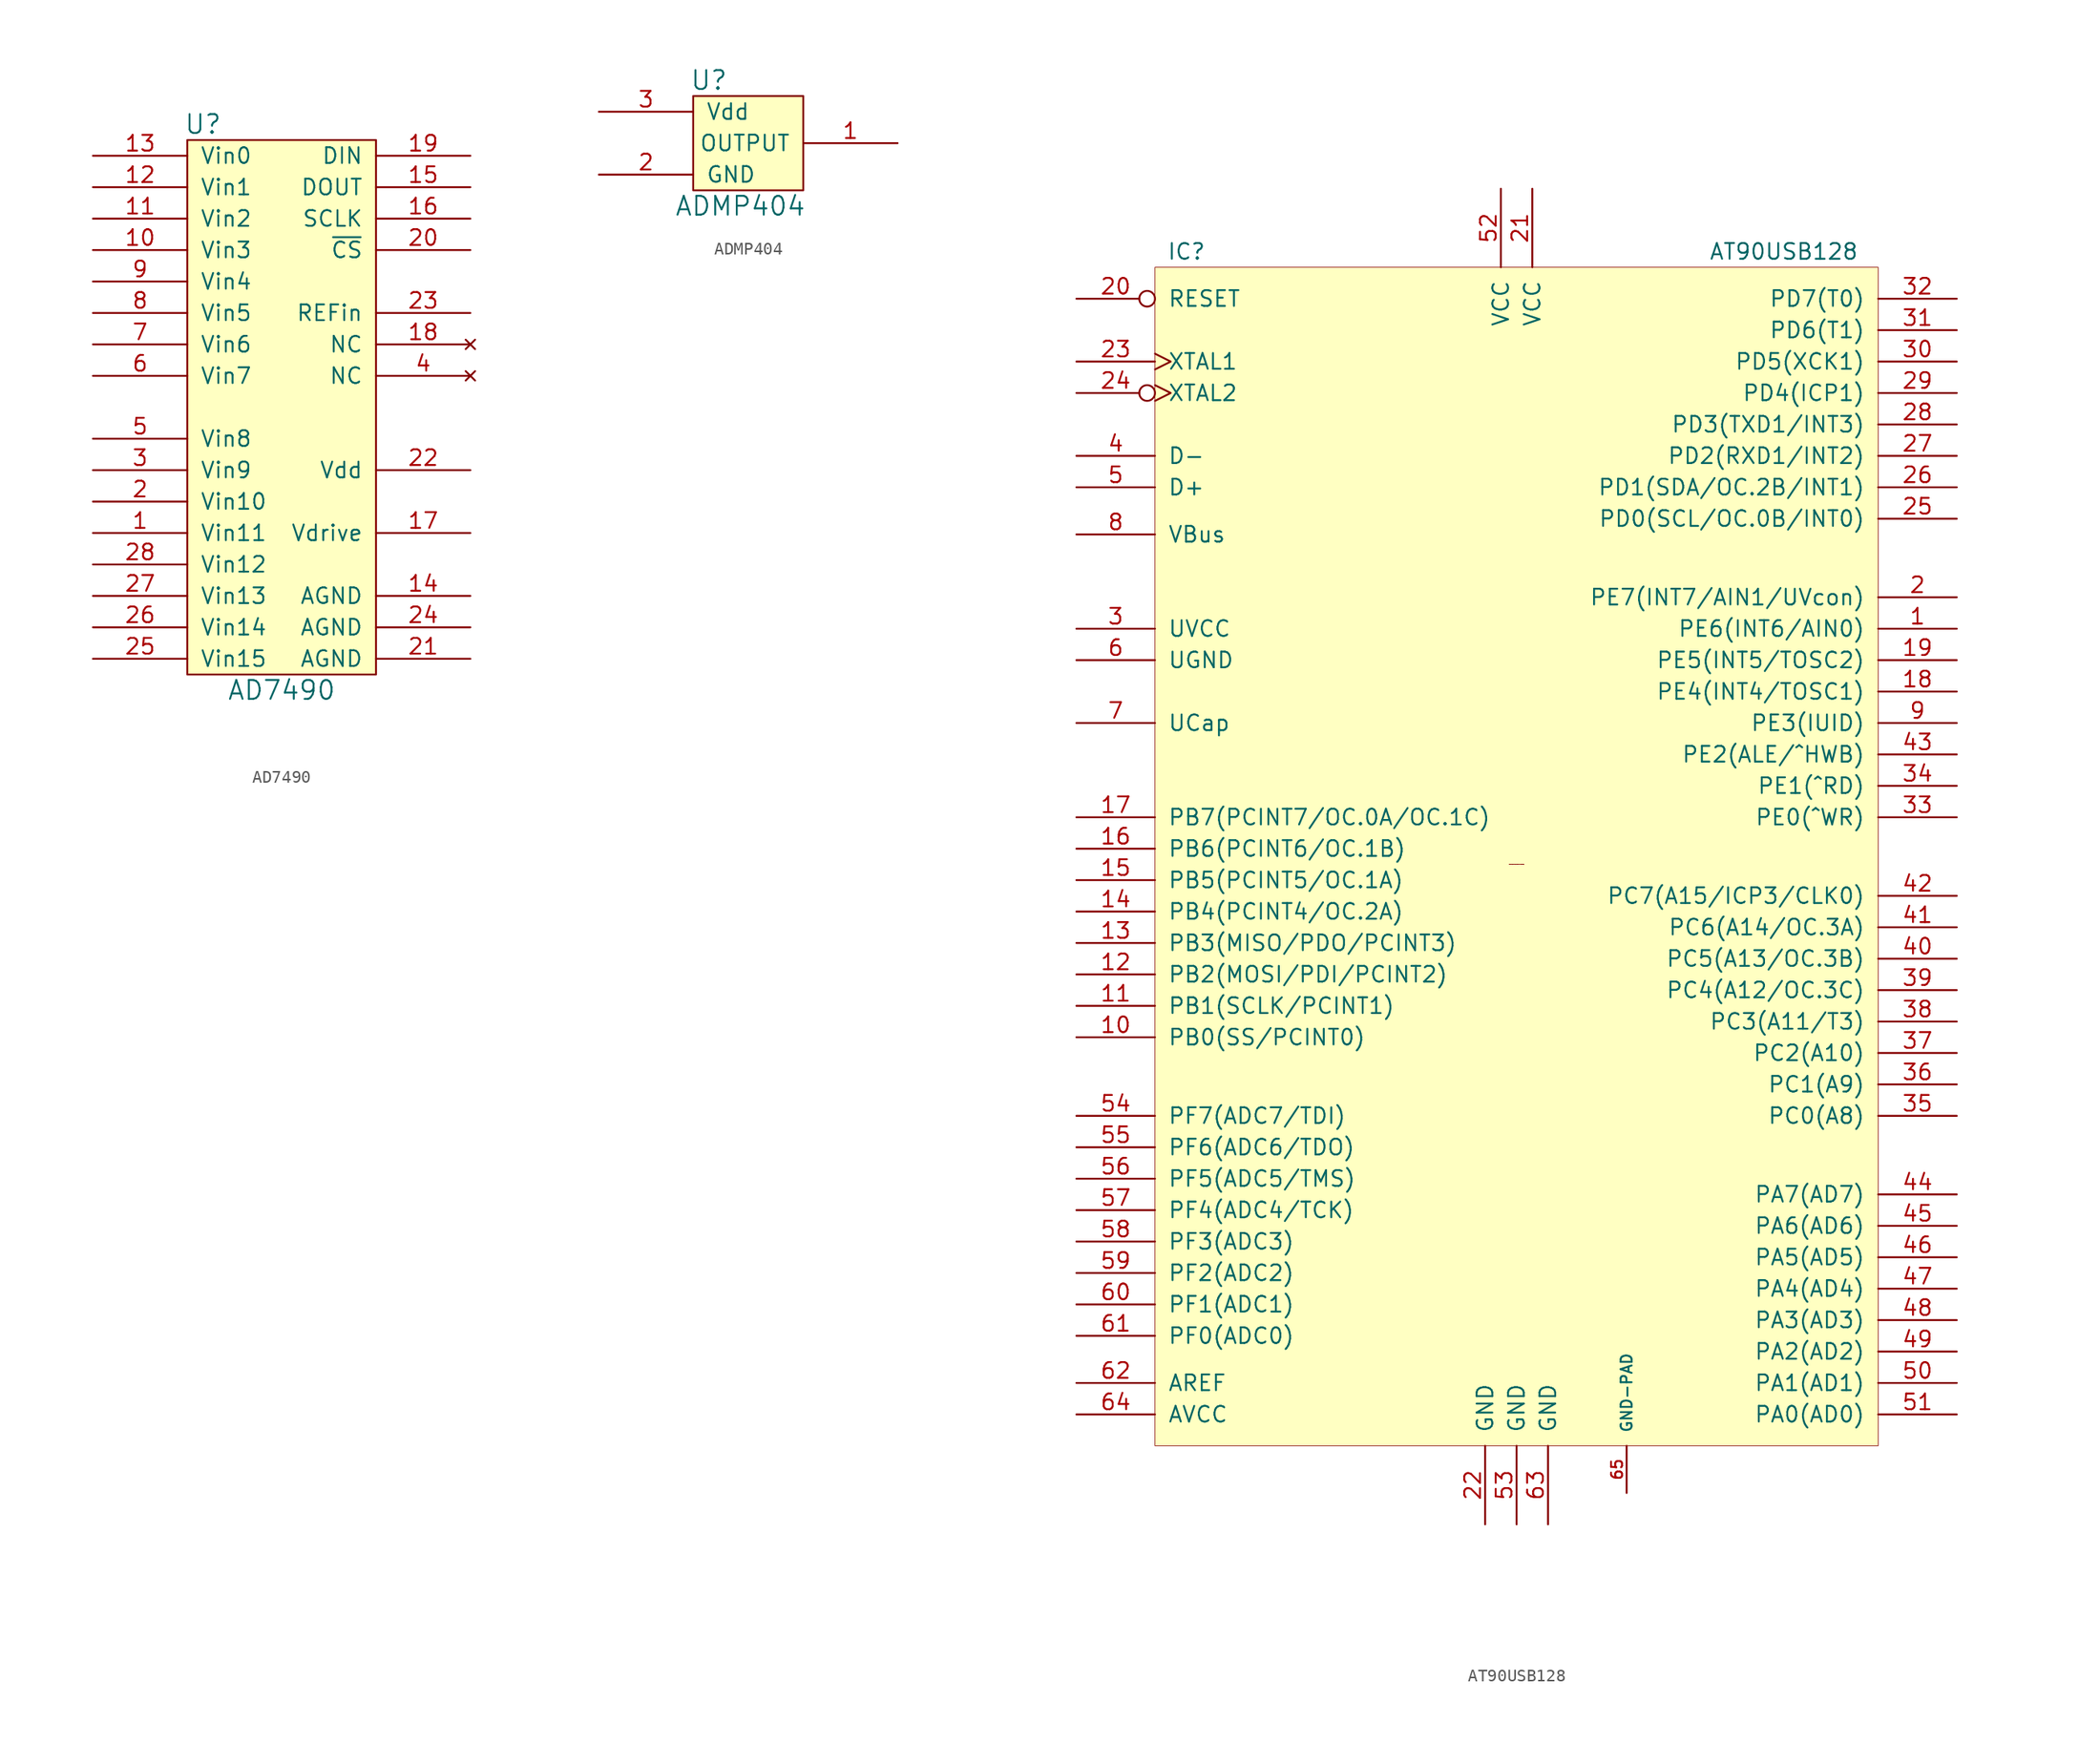
<source format=kicad_sym>
(kicad_symbol_lib
  (version 20211014)
  (generator kicad_symbol_editor)
  (symbol "AD7490"
    (pin_names
      (offset 1.016))
    (property "Reference" "U"
      (at -6.35 22.86 0)
      (effects (font (size 1.524 1.524))))
    (property "Value" "AD7490"
      (at 0 -22.86 0)
      (effects (font (size 1.524 1.524))))
    (property "Footprint" ""
      (at 0 0 0)
      (effects (font (size 1.524 1.524))))
    (property "Datasheet" ""
      (at 0 0 0)
      (effects (font (size 1.524 1.524))))
    (symbol "AD7490_0_1"
      (rectangle (start -7.62 21.59) (end 7.62 -21.59) (stroke (width 0) (type default) (color 0 0 0 0)) (fill (type background))))
    (symbol "AD7490_1_1"
      (pin input line (at -15.24 -10.16 0) (length 7.62) (name "Vin11" (effects (font (size 1.27 1.27)))) (number "1" (effects (font (size 1.27 1.27)))))
      (pin input line (at -15.24 12.7 0) (length 7.62) (name "Vin3" (effects (font (size 1.27 1.27)))) (number "10" (effects (font (size 1.27 1.27)))))
      (pin input line (at -15.24 15.24 0) (length 7.62) (name "Vin2" (effects (font (size 1.27 1.27)))) (number "11" (effects (font (size 1.27 1.27)))))
      (pin input line (at -15.24 17.78 0) (length 7.62) (name "Vin1" (effects (font (size 1.27 1.27)))) (number "12" (effects (font (size 1.27 1.27)))))
      (pin input line (at -15.24 20.32 0) (length 7.62) (name "Vin0" (effects (font (size 1.27 1.27)))) (number "13" (effects (font (size 1.27 1.27)))))
      (pin power_in line (at 15.24 -15.24 180) (length 7.62) (name "AGND" (effects (font (size 1.27 1.27)))) (number "14" (effects (font (size 1.27 1.27)))))
      (pin output line (at 15.24 17.78 180) (length 7.62) (name "DOUT" (effects (font (size 1.27 1.27)))) (number "15" (effects (font (size 1.27 1.27)))))
      (pin input line (at 15.24 15.24 180) (length 7.62) (name "SCLK" (effects (font (size 1.27 1.27)))) (number "16" (effects (font (size 1.27 1.27)))))
      (pin power_in line (at 15.24 -10.16 180) (length 7.62) (name "Vdrive" (effects (font (size 1.27 1.27)))) (number "17" (effects (font (size 1.27 1.27)))))
      (pin no_connect line (at 15.24 5.08 180) (length 7.62) (name "NC" (effects (font (size 1.27 1.27)))) (number "18" (effects (font (size 1.27 1.27)))))
      (pin input line (at 15.24 20.32 180) (length 7.62) (name "DIN" (effects (font (size 1.27 1.27)))) (number "19" (effects (font (size 1.27 1.27)))))
      (pin input line (at -15.24 -7.62 0) (length 7.62) (name "Vin10" (effects (font (size 1.27 1.27)))) (number "2" (effects (font (size 1.27 1.27)))))
      (pin input line (at 15.24 12.7 180) (length 7.62) (name "~{CS}" (effects (font (size 1.27 1.27)))) (number "20" (effects (font (size 1.27 1.27)))))
      (pin power_in line (at 15.24 -20.32 180) (length 7.62) (name "AGND" (effects (font (size 1.27 1.27)))) (number "21" (effects (font (size 1.27 1.27)))))
      (pin power_in line (at 15.24 -5.08 180) (length 7.62) (name "Vdd" (effects (font (size 1.27 1.27)))) (number "22" (effects (font (size 1.27 1.27)))))
      (pin input line (at 15.24 7.62 180) (length 7.62) (name "REFin" (effects (font (size 1.27 1.27)))) (number "23" (effects (font (size 1.27 1.27)))))
      (pin power_in line (at 15.24 -17.78 180) (length 7.62) (name "AGND" (effects (font (size 1.27 1.27)))) (number "24" (effects (font (size 1.27 1.27)))))
      (pin input line (at -15.24 -20.32 0) (length 7.62) (name "Vin15" (effects (font (size 1.27 1.27)))) (number "25" (effects (font (size 1.27 1.27)))))
      (pin input line (at -15.24 -17.78 0) (length 7.62) (name "Vin14" (effects (font (size 1.27 1.27)))) (number "26" (effects (font (size 1.27 1.27)))))
      (pin input line (at -15.24 -15.24 0) (length 7.62) (name "Vin13" (effects (font (size 1.27 1.27)))) (number "27" (effects (font (size 1.27 1.27)))))
      (pin input line (at -15.24 -12.7 0) (length 7.62) (name "Vin12" (effects (font (size 1.27 1.27)))) (number "28" (effects (font (size 1.27 1.27)))))
      (pin input line (at -15.24 -5.08 0) (length 7.62) (name "Vin9" (effects (font (size 1.27 1.27)))) (number "3" (effects (font (size 1.27 1.27)))))
      (pin no_connect line (at 15.24 2.54 180) (length 7.62) (name "NC" (effects (font (size 1.27 1.27)))) (number "4" (effects (font (size 1.27 1.27)))))
      (pin input line (at -15.24 -2.54 0) (length 7.62) (name "Vin8" (effects (font (size 1.27 1.27)))) (number "5" (effects (font (size 1.27 1.27)))))
      (pin input line (at -15.24 2.54 0) (length 7.62) (name "Vin7" (effects (font (size 1.27 1.27)))) (number "6" (effects (font (size 1.27 1.27)))))
      (pin input line (at -15.24 5.08 0) (length 7.62) (name "Vin6" (effects (font (size 1.27 1.27)))) (number "7" (effects (font (size 1.27 1.27)))))
      (pin input line (at -15.24 7.62 0) (length 7.62) (name "Vin5" (effects (font (size 1.27 1.27)))) (number "8" (effects (font (size 1.27 1.27)))))
      (pin input line (at -15.24 10.16 0) (length 7.62) (name "Vin4" (effects (font (size 1.27 1.27)))) (number "9" (effects (font (size 1.27 1.27)))))))
  (symbol "ADMP404"
    (pin_names
      (offset 1.016))
    (property "Reference" "U"
      (at -2.54 5.08 0)
      (effects (font (size 1.524 1.524))))
    (property "Value" "ADMP404"
      (at 0 -5.08 0)
      (effects (font (size 1.524 1.524))))
    (property "Footprint" ""
      (at -2.54 0 0)
      (effects (font (size 1.524 1.524))))
    (property "Datasheet" ""
      (at -2.54 0 0)
      (effects (font (size 1.524 1.524))))
    (symbol "ADMP404_0_1"
      (rectangle (start 5.08 -3.81) (end -3.81 3.81) (stroke (width 0) (type default) (color 0 0 0 0)) (fill (type background))))
    (symbol "ADMP404_1_1"
      (pin output line (at 12.7 0 180) (length 7.62) (name "OUTPUT" (effects (font (size 1.27 1.27)))) (number "1" (effects (font (size 1.27 1.27)))))
      (pin power_in line (at -11.43 -2.54 0) (length 7.62) (name "GND" (effects (font (size 1.27 1.27)))) (number "2" (effects (font (size 1.27 1.27)))))
      (pin power_in line (at -11.43 2.54 0) (length 7.62) (name "Vdd" (effects (font (size 1.27 1.27)))) (number "3" (effects (font (size 1.27 1.27)))))))
  (symbol "AT90USB128"
    (pin_names
      (offset 1.016))
    (property "Reference" "IC"
      (at -26.67 49.53 0)
      (effects (font (size 1.27 1.27))))
    (property "Value" "AT90USB128"
      (at 21.59 49.53 0)
      (effects (font (size 1.27 1.27))))
    (property "Footprint" ""
      (at 0 0 0)
      (effects (font (size 1.524 1.524))))
    (property "Datasheet" ""
      (at 0 0 0)
      (effects (font (size 1.524 1.524))))
    (symbol "AT90USB128_0_0"
      (text "Schematic Symbol Drawn By Opendous Inc. www.opendous.org" (at 0 0 0) (effects (font (size 0.025 0.025)))))
    (symbol "AT90USB128_0_1"
      (rectangle (start -29.21 48.26) (end 29.21 -46.99) (stroke (width 0.051) (type default) (color 0 0 0 0)) (fill (type background))))
    (symbol "AT90USB128_1_1"
      (pin passive line (at 35.56 19.05 180) (length 6.35) (name "PE6(INT6/AIN0)" (effects (font (size 1.27 1.27)))) (number "1" (effects (font (size 1.27 1.27)))))
      (pin passive line (at -35.56 -13.97 0) (length 6.35) (name "PB0(SS/PCINT0)" (effects (font (size 1.27 1.27)))) (number "10" (effects (font (size 1.27 1.27)))))
      (pin passive line (at -35.56 -11.43 0) (length 6.35) (name "PB1(SCLK/PCINT1)" (effects (font (size 1.27 1.27)))) (number "11" (effects (font (size 1.27 1.27)))))
      (pin passive line (at -35.56 -8.89 0) (length 6.35) (name "PB2(MOSI/PDI/PCINT2)" (effects (font (size 1.27 1.27)))) (number "12" (effects (font (size 1.27 1.27)))))
      (pin passive line (at -35.56 -6.35 0) (length 6.35) (name "PB3(MISO/PDO/PCINT3)" (effects (font (size 1.27 1.27)))) (number "13" (effects (font (size 1.27 1.27)))))
      (pin passive line (at -35.56 -3.81 0) (length 6.35) (name "PB4(PCINT4/OC.2A)" (effects (font (size 1.27 1.27)))) (number "14" (effects (font (size 1.27 1.27)))))
      (pin passive line (at -35.56 -1.27 0) (length 6.35) (name "PB5(PCINT5/OC.1A)" (effects (font (size 1.27 1.27)))) (number "15" (effects (font (size 1.27 1.27)))))
      (pin passive line (at -35.56 1.27 0) (length 6.35) (name "PB6(PCINT6/OC.1B)" (effects (font (size 1.27 1.27)))) (number "16" (effects (font (size 1.27 1.27)))))
      (pin passive line (at -35.56 3.81 0) (length 6.35) (name "PB7(PCINT7/OC.0A/OC.1C)" (effects (font (size 1.27 1.27)))) (number "17" (effects (font (size 1.27 1.27)))))
      (pin passive line (at 35.56 13.97 180) (length 6.35) (name "PE4(INT4/TOSC1)" (effects (font (size 1.27 1.27)))) (number "18" (effects (font (size 1.27 1.27)))))
      (pin passive line (at 35.56 16.51 180) (length 6.35) (name "PE5(INT5/TOSC2)" (effects (font (size 1.27 1.27)))) (number "19" (effects (font (size 1.27 1.27)))))
      (pin passive line (at 35.56 21.59 180) (length 6.35) (name "PE7(INT7/AIN1/UVcon)" (effects (font (size 1.27 1.27)))) (number "2" (effects (font (size 1.27 1.27)))))
      (pin passive inverted (at -35.56 45.72 0) (length 6.35) (name "RESET" (effects (font (size 1.27 1.27)))) (number "20" (effects (font (size 1.27 1.27)))))
      (pin power_in line (at 1.27 54.61 270) (length 6.35) (name "VCC" (effects (font (size 1.27 1.27)))) (number "21" (effects (font (size 1.27 1.27)))))
      (pin power_in line (at -2.54 -53.34 90) (length 6.35) (name "GND" (effects (font (size 1.27 1.27)))) (number "22" (effects (font (size 1.27 1.27)))))
      (pin passive clock (at -35.56 40.64 0) (length 6.35) (name "XTAL1" (effects (font (size 1.27 1.27)))) (number "23" (effects (font (size 1.27 1.27)))))
      (pin passive inverted_clock (at -35.56 38.1 0) (length 6.35) (name "XTAL2" (effects (font (size 1.27 1.27)))) (number "24" (effects (font (size 1.27 1.27)))))
      (pin passive line (at 35.56 27.94 180) (length 6.35) (name "PD0(SCL/OC.0B/INT0)" (effects (font (size 1.27 1.27)))) (number "25" (effects (font (size 1.27 1.27)))))
      (pin passive line (at 35.56 30.48 180) (length 6.35) (name "PD1(SDA/OC.2B/INT1)" (effects (font (size 1.27 1.27)))) (number "26" (effects (font (size 1.27 1.27)))))
      (pin passive line (at 35.56 33.02 180) (length 6.35) (name "PD2(RXD1/INT2)" (effects (font (size 1.27 1.27)))) (number "27" (effects (font (size 1.27 1.27)))))
      (pin passive line (at 35.56 35.56 180) (length 6.35) (name "PD3(TXD1/INT3)" (effects (font (size 1.27 1.27)))) (number "28" (effects (font (size 1.27 1.27)))))
      (pin passive line (at 35.56 38.1 180) (length 6.35) (name "PD4(ICP1)" (effects (font (size 1.27 1.27)))) (number "29" (effects (font (size 1.27 1.27)))))
      (pin power_in line (at -35.56 19.05 0) (length 6.35) (name "UVCC" (effects (font (size 1.27 1.27)))) (number "3" (effects (font (size 1.27 1.27)))))
      (pin passive line (at 35.56 40.64 180) (length 6.35) (name "PD5(XCK1)" (effects (font (size 1.27 1.27)))) (number "30" (effects (font (size 1.27 1.27)))))
      (pin passive line (at 35.56 43.18 180) (length 6.35) (name "PD6(T1)" (effects (font (size 1.27 1.27)))) (number "31" (effects (font (size 1.27 1.27)))))
      (pin passive line (at 35.56 45.72 180) (length 6.35) (name "PD7(T0)" (effects (font (size 1.27 1.27)))) (number "32" (effects (font (size 1.27 1.27)))))
      (pin passive line (at 35.56 3.81 180) (length 6.35) (name "PE0(^WR)" (effects (font (size 1.27 1.27)))) (number "33" (effects (font (size 1.27 1.27)))))
      (pin passive line (at 35.56 6.35 180) (length 6.35) (name "PE1(^RD)" (effects (font (size 1.27 1.27)))) (number "34" (effects (font (size 1.27 1.27)))))
      (pin passive line (at 35.56 -20.32 180) (length 6.35) (name "PC0(A8)" (effects (font (size 1.27 1.27)))) (number "35" (effects (font (size 1.27 1.27)))))
      (pin passive line (at 35.56 -17.78 180) (length 6.35) (name "PC1(A9)" (effects (font (size 1.27 1.27)))) (number "36" (effects (font (size 1.27 1.27)))))
      (pin passive line (at 35.56 -15.24 180) (length 6.35) (name "PC2(A10)" (effects (font (size 1.27 1.27)))) (number "37" (effects (font (size 1.27 1.27)))))
      (pin passive line (at 35.56 -12.7 180) (length 6.35) (name "PC3(A11/T3)" (effects (font (size 1.27 1.27)))) (number "38" (effects (font (size 1.27 1.27)))))
      (pin passive line (at 35.56 -10.16 180) (length 6.35) (name "PC4(A12/OC.3C)" (effects (font (size 1.27 1.27)))) (number "39" (effects (font (size 1.27 1.27)))))
      (pin passive line (at -35.56 33.02 0) (length 6.35) (name "D-" (effects (font (size 1.27 1.27)))) (number "4" (effects (font (size 1.27 1.27)))))
      (pin passive line (at 35.56 -7.62 180) (length 6.35) (name "PC5(A13/OC.3B)" (effects (font (size 1.27 1.27)))) (number "40" (effects (font (size 1.27 1.27)))))
      (pin passive line (at 35.56 -5.08 180) (length 6.35) (name "PC6(A14/OC.3A)" (effects (font (size 1.27 1.27)))) (number "41" (effects (font (size 1.27 1.27)))))
      (pin passive line (at 35.56 -2.54 180) (length 6.35) (name "PC7(A15/ICP3/CLK0)" (effects (font (size 1.27 1.27)))) (number "42" (effects (font (size 1.27 1.27)))))
      (pin passive line (at 35.56 8.89 180) (length 6.35) (name "PE2(ALE/^HWB)" (effects (font (size 1.27 1.27)))) (number "43" (effects (font (size 1.27 1.27)))))
      (pin passive line (at 35.56 -26.67 180) (length 6.35) (name "PA7(AD7)" (effects (font (size 1.27 1.27)))) (number "44" (effects (font (size 1.27 1.27)))))
      (pin passive line (at 35.56 -29.21 180) (length 6.35) (name "PA6(AD6)" (effects (font (size 1.27 1.27)))) (number "45" (effects (font (size 1.27 1.27)))))
      (pin passive line (at 35.56 -31.75 180) (length 6.35) (name "PA5(AD5)" (effects (font (size 1.27 1.27)))) (number "46" (effects (font (size 1.27 1.27)))))
      (pin passive line (at 35.56 -34.29 180) (length 6.35) (name "PA4(AD4)" (effects (font (size 1.27 1.27)))) (number "47" (effects (font (size 1.27 1.27)))))
      (pin passive line (at 35.56 -36.83 180) (length 6.35) (name "PA3(AD3)" (effects (font (size 1.27 1.27)))) (number "48" (effects (font (size 1.27 1.27)))))
      (pin passive line (at 35.56 -39.37 180) (length 6.35) (name "PA2(AD2)" (effects (font (size 1.27 1.27)))) (number "49" (effects (font (size 1.27 1.27)))))
      (pin passive line (at -35.56 30.48 0) (length 6.35) (name "D+" (effects (font (size 1.27 1.27)))) (number "5" (effects (font (size 1.27 1.27)))))
      (pin passive line (at 35.56 -41.91 180) (length 6.35) (name "PA1(AD1)" (effects (font (size 1.27 1.27)))) (number "50" (effects (font (size 1.27 1.27)))))
      (pin passive line (at 35.56 -44.45 180) (length 6.35) (name "PA0(AD0)" (effects (font (size 1.27 1.27)))) (number "51" (effects (font (size 1.27 1.27)))))
      (pin power_in line (at -1.27 54.61 270) (length 6.35) (name "VCC" (effects (font (size 1.27 1.27)))) (number "52" (effects (font (size 1.27 1.27)))))
      (pin power_in line (at 0 -53.34 90) (length 6.35) (name "GND" (effects (font (size 1.27 1.27)))) (number "53" (effects (font (size 1.27 1.27)))))
      (pin passive line (at -35.56 -20.32 0) (length 6.35) (name "PF7(ADC7/TDI)" (effects (font (size 1.27 1.27)))) (number "54" (effects (font (size 1.27 1.27)))))
      (pin passive line (at -35.56 -22.86 0) (length 6.35) (name "PF6(ADC6/TDO)" (effects (font (size 1.27 1.27)))) (number "55" (effects (font (size 1.27 1.27)))))
      (pin passive line (at -35.56 -25.4 0) (length 6.35) (name "PF5(ADC5/TMS)" (effects (font (size 1.27 1.27)))) (number "56" (effects (font (size 1.27 1.27)))))
      (pin passive line (at -35.56 -27.94 0) (length 6.35) (name "PF4(ADC4/TCK)" (effects (font (size 1.27 1.27)))) (number "57" (effects (font (size 1.27 1.27)))))
      (pin input line (at -35.56 -30.48 0) (length 6.35) (name "PF3(ADC3)" (effects (font (size 1.27 1.27)))) (number "58" (effects (font (size 1.27 1.27)))))
      (pin input line (at -35.56 -33.02 0) (length 6.35) (name "PF2(ADC2)" (effects (font (size 1.27 1.27)))) (number "59" (effects (font (size 1.27 1.27)))))
      (pin power_in line (at -35.56 16.51 0) (length 6.35) (name "UGND" (effects (font (size 1.27 1.27)))) (number "6" (effects (font (size 1.27 1.27)))))
      (pin passive line (at -35.56 -35.56 0) (length 6.35) (name "PF1(ADC1)" (effects (font (size 1.27 1.27)))) (number "60" (effects (font (size 1.27 1.27)))))
      (pin passive line (at -35.56 -38.1 0) (length 6.35) (name "PF0(ADC0)" (effects (font (size 1.27 1.27)))) (number "61" (effects (font (size 1.27 1.27)))))
      (pin power_in line (at -35.56 -41.91 0) (length 6.35) (name "AREF" (effects (font (size 1.27 1.27)))) (number "62" (effects (font (size 1.27 1.27)))))
      (pin power_in line (at 2.54 -53.34 90) (length 6.35) (name "GND" (effects (font (size 1.27 1.27)))) (number "63" (effects (font (size 1.27 1.27)))))
      (pin power_in line (at -35.56 -44.45 0) (length 6.35) (name "AVCC" (effects (font (size 1.27 1.27)))) (number "64" (effects (font (size 1.27 1.27)))))
      (pin power_in line (at 8.89 -50.8 90) (length 3.81) (name "GND-PAD" (effects (font (size 0.889 0.889)))) (number "65" (effects (font (size 0.889 0.889)))))
      (pin passive line (at -35.56 11.43 0) (length 6.35) (name "UCap" (effects (font (size 1.27 1.27)))) (number "7" (effects (font (size 1.27 1.27)))))
      (pin passive line (at -35.56 26.67 0) (length 6.35) (name "VBus" (effects (font (size 1.27 1.27)))) (number "8" (effects (font (size 1.27 1.27)))))
      (pin passive line (at 35.56 11.43 180) (length 6.35) (name "PE3(IUID)" (effects (font (size 1.27 1.27)))) (number "9" (effects (font (size 1.27 1.27))))))))
</source>
